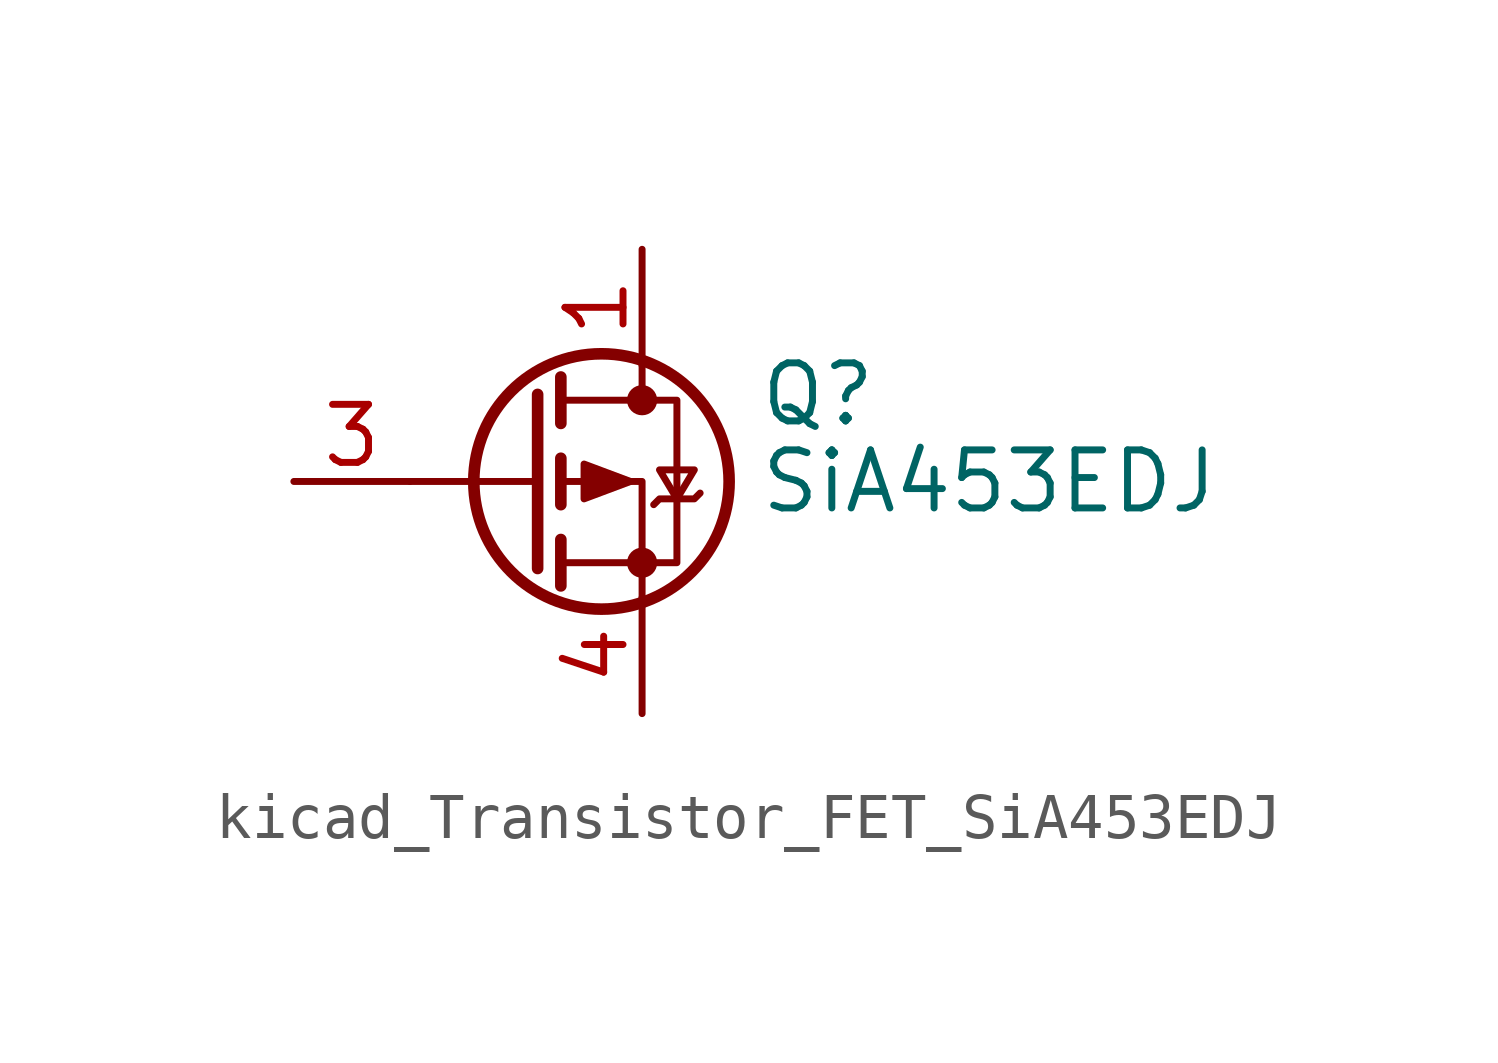
<source format=kicad_sym>
(kicad_symbol_lib
  (version 20220914)
  (generator kicad_symbol_editor)
  (symbol "kicad_Transistor_FET_SiA453EDJ"
    (pin_names hide)
    (property "Reference" "Q"
      (at 5.08 1.905 0)
      (effects (font (size 1.27 1.27)) (justify left)))
    (property "Value" "SiA453EDJ"
      (at 5.08 0 0)
      (effects (font (size 1.27 1.27)) (justify left)))
    (symbol "kicad_Transistor_FET_SiA453EDJ_0_1"
      (polyline (pts (xy 0.254 0) (xy -2.54 0)) (stroke (width 0) (type default)) (fill (type none)))
      (polyline (pts (xy 0.254 1.905) (xy 0.254 -1.905)) (stroke (width 0.254) (type default)) (fill (type none)))
      (polyline (pts (xy 0.762 -1.27) (xy 0.762 -2.286)) (stroke (width 0.254) (type default)) (fill (type none)))
      (polyline (pts (xy 0.762 0.508) (xy 0.762 -0.508)) (stroke (width 0.254) (type default)) (fill (type none)))
      (polyline (pts (xy 0.762 2.286) (xy 0.762 1.27)) (stroke (width 0.254) (type default)) (fill (type none)))
      (polyline (pts (xy 2.54 2.54) (xy 2.54 1.778)) (stroke (width 0) (type default)) (fill (type none)))
      (polyline (pts (xy 2.54 -2.54) (xy 2.54 0) (xy 0.762 0)) (stroke (width 0) (type default)) (fill (type none)))
      (polyline (pts (xy 0.762 1.778) (xy 3.302 1.778) (xy 3.302 -1.778) (xy 0.762 -1.778)) (stroke (width 0) (type default)) (fill (type none)))
      (polyline (pts (xy 2.286 0) (xy 1.27 0.381) (xy 1.27 -0.381) (xy 2.286 0)) (stroke (width 0) (type default)) (fill (type outline)))
      (polyline (pts (xy 2.794 -0.508) (xy 2.921 -0.381) (xy 3.683 -0.381) (xy 3.81 -0.254)) (stroke (width 0) (type default)) (fill (type none)))
      (polyline (pts (xy 3.302 -0.381) (xy 2.921 0.254) (xy 3.683 0.254) (xy 3.302 -0.381)) (stroke (width 0) (type default)) (fill (type none)))
      (circle (center 1.651 0) (radius 2.794) (stroke (width 0.254) (type default)) (fill (type none)))
      (circle (center 2.54 -1.778) (radius 0.254) (stroke (width 0) (type default)) (fill (type outline)))
      (circle (center 2.54 1.778) (radius 0.254) (stroke (width 0) (type default)) (fill (type outline))))
    (symbol "kicad_Transistor_FET_SiA453EDJ_1_1"
      (pin passive line (at 2.54 5.08 270) (length 2.54) (name "D" (effects (font (size 1.27 1.27)))) (number "1" (effects (font (size 1.27 1.27)))))
      (pin passive line (at -5.08 0 0) (length 2.54) (name "G" (effects (font (size 1.27 1.27)))) (number "3" (effects (font (size 1.27 1.27)))))
      (pin passive line (at 2.54 -5.08 90) (length 2.54) (name "S" (effects (font (size 1.27 1.27)))) (number "4" (effects (font (size 1.27 1.27))))))))
</source>
